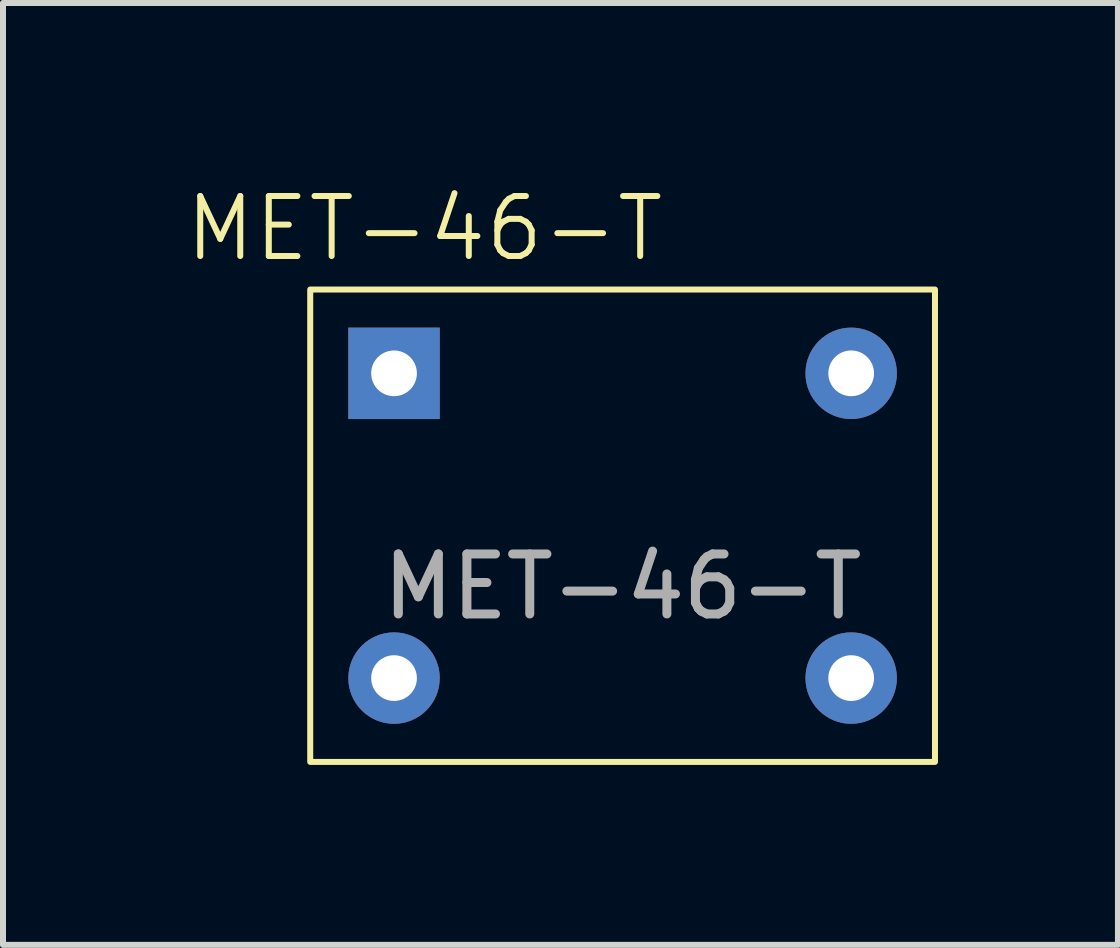
<source format=kicad_pcb>
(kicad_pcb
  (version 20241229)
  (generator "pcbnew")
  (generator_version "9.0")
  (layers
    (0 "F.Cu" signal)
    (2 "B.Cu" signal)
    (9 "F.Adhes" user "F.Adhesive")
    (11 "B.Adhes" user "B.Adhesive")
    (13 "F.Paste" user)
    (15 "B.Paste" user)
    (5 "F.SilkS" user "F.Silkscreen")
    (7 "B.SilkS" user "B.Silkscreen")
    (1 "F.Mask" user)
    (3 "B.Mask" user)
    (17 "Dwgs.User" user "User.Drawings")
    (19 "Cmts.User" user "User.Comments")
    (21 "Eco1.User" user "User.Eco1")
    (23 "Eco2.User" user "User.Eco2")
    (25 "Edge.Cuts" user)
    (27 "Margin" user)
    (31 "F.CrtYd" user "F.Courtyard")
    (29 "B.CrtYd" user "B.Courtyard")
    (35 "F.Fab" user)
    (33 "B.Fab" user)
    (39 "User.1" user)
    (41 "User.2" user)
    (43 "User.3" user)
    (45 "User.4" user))
  (footprint "MET-46-T"
    (layer "F.Cu")
    (at 7.328 5.713)
    (property "Reference" "MET-46-T" (at -3.302 -4.953 0) (unlocked yes) (layer "F.SilkS") (effects (font (size 1 1) (thickness 0.1))))
    (attr through_hole)
    (fp_rect (start -5.207 -3.937) (end 5.207 3.937) (stroke (width 0.1) (type default)) (fill no) (layer "F.SilkS"))
    (fp_text user "${REFERENCE}" (at 0 1.016 0) (unlocked yes) (layer "F.Fab") (effects (font (size 1 1) (thickness 0.15))))
    (pad "1" thru_hole rect (at -3.81 -2.54) (size 1.524 1.524) (drill 0.762) (layers "*.Cu" "*.Mask"))
    (pad "2" thru_hole circle (at -3.81 2.54) (size 1.524 1.524) (drill 0.762) (layers "*.Cu" "*.Mask"))
    (pad "3" thru_hole circle (at 3.81 2.54) (size 1.524 1.524) (drill 0.762) (layers "*.Cu" "*.Mask"))
    (pad "4" thru_hole circle (at 3.81 -2.54) (size 1.524 1.524) (drill 0.762) (layers "*.Cu" "*.Mask")))
  (gr_rect
    (start -3 -3)
    (end 15.585 12.7)
    (stroke (width 0.1) (type default))
    (fill no)
    (layer "Edge.Cuts")))
</source>
